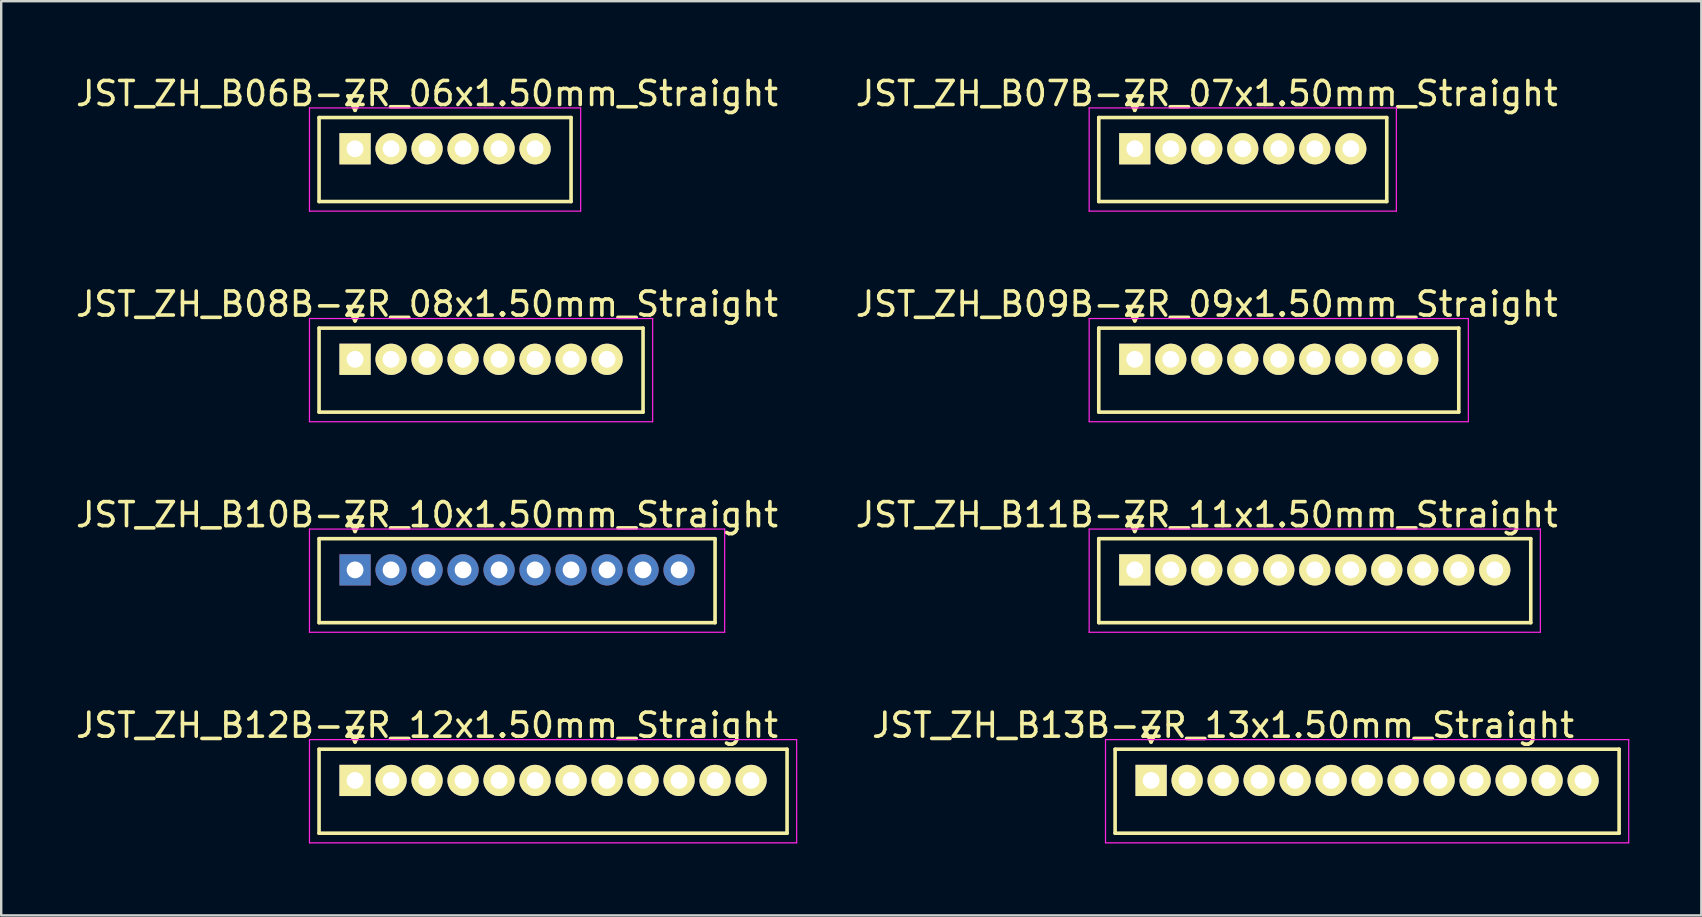
<source format=kicad_pcb>
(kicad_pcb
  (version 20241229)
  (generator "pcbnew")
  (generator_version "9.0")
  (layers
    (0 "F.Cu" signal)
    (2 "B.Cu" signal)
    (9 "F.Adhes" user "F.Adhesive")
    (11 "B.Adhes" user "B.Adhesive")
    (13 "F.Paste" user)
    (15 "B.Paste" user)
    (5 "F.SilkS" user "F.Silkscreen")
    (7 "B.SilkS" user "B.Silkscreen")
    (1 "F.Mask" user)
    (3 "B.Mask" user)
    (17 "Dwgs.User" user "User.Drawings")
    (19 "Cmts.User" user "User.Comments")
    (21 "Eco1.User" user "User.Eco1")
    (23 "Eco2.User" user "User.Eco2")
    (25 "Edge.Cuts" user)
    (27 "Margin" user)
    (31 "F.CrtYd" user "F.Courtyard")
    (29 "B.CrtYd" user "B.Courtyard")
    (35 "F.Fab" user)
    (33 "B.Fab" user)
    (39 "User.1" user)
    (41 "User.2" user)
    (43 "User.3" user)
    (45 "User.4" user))
  (footprint "JST_ZH_B08B-ZR_08x1.50mm_Straight"
    (layer "F.Cu")
    (at 11.744 11.921)
    (property "Reference" "JST_ZH_B08B-ZR_08x1.50mm_Straight" (at 3 -2.3 0) (layer "F.SilkS") (effects (font (size 1 1) (thickness 0.15))))
    (attr through_hole)
    (fp_line (start -1.5 -1.3) (end -1.5 2.2) (stroke (width 0.15) (type solid)) (layer "F.SilkS"))
    (fp_line (start -1.5 2.2) (end 12 2.2) (stroke (width 0.15) (type solid)) (layer "F.SilkS"))
    (fp_line (start -0.3 -2.2) (end 0 -1.6) (stroke (width 0.15) (type solid)) (layer "F.SilkS"))
    (fp_line (start 0 -1.6) (end 0.3 -2.2) (stroke (width 0.15) (type solid)) (layer "F.SilkS"))
    (fp_line (start 0.3 -2.2) (end -0.3 -2.2) (stroke (width 0.15) (type solid)) (layer "F.SilkS"))
    (fp_line (start 12 -1.3) (end -1.5 -1.3) (stroke (width 0.15) (type solid)) (layer "F.SilkS"))
    (fp_line (start 12 -1.3) (end 12 2.2) (stroke (width 0.15) (type solid)) (layer "F.SilkS"))
    (fp_line (start -1.9 -1.7) (end -1.9 2.6) (stroke (width 0.05) (type solid)) (layer "F.CrtYd"))
    (fp_line (start -1.9 2.6) (end 12.4 2.6) (stroke (width 0.05) (type solid)) (layer "F.CrtYd"))
    (fp_line (start 12.4 -1.7) (end -1.9 -1.7) (stroke (width 0.05) (type solid)) (layer "F.CrtYd"))
    (fp_line (start 12.4 2.6) (end 12.4 -1.7) (stroke (width 0.05) (type solid)) (layer "F.CrtYd"))
    (pad "1" thru_hole rect (at 0 0) (size 1.3 1.3) (drill 0.7) (layers "*.Cu" "*.Mask" "F.SilkS"))
    (pad "2" thru_hole circle (at 1.5 0) (size 1.3 1.3) (drill 0.7) (layers "*.Cu" "*.Mask" "F.SilkS"))
    (pad "3" thru_hole circle (at 3 0) (size 1.3 1.3) (drill 0.7) (layers "*.Cu" "*.Mask" "F.SilkS"))
    (pad "4" thru_hole circle (at 4.5 0) (size 1.3 1.3) (drill 0.7) (layers "*.Cu" "*.Mask" "F.SilkS"))
    (pad "5" thru_hole circle (at 6 0) (size 1.3 1.3) (drill 0.7) (layers "*.Cu" "*.Mask" "F.SilkS"))
    (pad "6" thru_hole circle (at 7.5 0) (size 1.3 1.3) (drill 0.7) (layers "*.Cu" "*.Mask" "F.SilkS"))
    (pad "7" thru_hole circle (at 9 0) (size 1.3 1.3) (drill 0.7) (layers "*.Cu" "*.Mask" "F.SilkS"))
    (pad "8" thru_hole circle (at 10.5 0) (size 1.3 1.3) (drill 0.7) (layers "*.Cu" "*.Mask" "F.SilkS")))
  (footprint "JST_ZH_B11B-ZR_11x1.50mm_Straight"
    (layer "F.Cu")
    (at 44.232 20.695)
    (property "Reference" "JST_ZH_B11B-ZR_11x1.50mm_Straight" (at 3 -2.3 0) (layer "F.SilkS") (effects (font (size 1 1) (thickness 0.15))))
    (attr through_hole)
    (fp_line (start -1.5 -1.3) (end -1.5 2.2) (stroke (width 0.15) (type solid)) (layer "F.SilkS"))
    (fp_line (start -1.5 2.2) (end 16.5 2.2) (stroke (width 0.15) (type solid)) (layer "F.SilkS"))
    (fp_line (start -0.3 -2.2) (end 0 -1.6) (stroke (width 0.15) (type solid)) (layer "F.SilkS"))
    (fp_line (start 0 -1.6) (end 0.3 -2.2) (stroke (width 0.15) (type solid)) (layer "F.SilkS"))
    (fp_line (start 0.3 -2.2) (end -0.3 -2.2) (stroke (width 0.15) (type solid)) (layer "F.SilkS"))
    (fp_line (start 16.5 -1.3) (end -1.5 -1.3) (stroke (width 0.15) (type solid)) (layer "F.SilkS"))
    (fp_line (start 16.5 -1.3) (end 16.5 2.2) (stroke (width 0.15) (type solid)) (layer "F.SilkS"))
    (fp_line (start -1.9 -1.7) (end -1.9 2.6) (stroke (width 0.05) (type solid)) (layer "F.CrtYd"))
    (fp_line (start -1.9 2.6) (end 16.9 2.6) (stroke (width 0.05) (type solid)) (layer "F.CrtYd"))
    (fp_line (start 16.9 -1.7) (end -1.9 -1.7) (stroke (width 0.05) (type solid)) (layer "F.CrtYd"))
    (fp_line (start 16.9 2.6) (end 16.9 -1.7) (stroke (width 0.05) (type solid)) (layer "F.CrtYd"))
    (pad "1" thru_hole rect (at 0 0) (size 1.3 1.3) (drill 0.7) (layers "*.Cu" "*.Mask" "F.SilkS"))
    (pad "2" thru_hole circle (at 1.5 0) (size 1.3 1.3) (drill 0.7) (layers "*.Cu" "*.Mask" "F.SilkS"))
    (pad "3" thru_hole circle (at 3 0) (size 1.3 1.3) (drill 0.7) (layers "*.Cu" "*.Mask" "F.SilkS"))
    (pad "4" thru_hole circle (at 4.5 0) (size 1.3 1.3) (drill 0.7) (layers "*.Cu" "*.Mask" "F.SilkS"))
    (pad "5" thru_hole circle (at 6 0) (size 1.3 1.3) (drill 0.7) (layers "*.Cu" "*.Mask" "F.SilkS"))
    (pad "6" thru_hole circle (at 7.5 0) (size 1.3 1.3) (drill 0.7) (layers "*.Cu" "*.Mask" "F.SilkS"))
    (pad "7" thru_hole circle (at 9 0) (size 1.3 1.3) (drill 0.7) (layers "*.Cu" "*.Mask" "F.SilkS"))
    (pad "8" thru_hole circle (at 10.5 0) (size 1.3 1.3) (drill 0.7) (layers "*.Cu" "*.Mask" "F.SilkS"))
    (pad "9" thru_hole circle (at 12 0) (size 1.3 1.3) (drill 0.7) (layers "*.Cu" "*.Mask" "F.SilkS"))
    (pad "10" thru_hole circle (at 13.5 0) (size 1.3 1.3) (drill 0.7) (layers "*.Cu" "*.Mask" "F.SilkS"))
    (pad "11" thru_hole circle (at 15 0) (size 1.3 1.3) (drill 0.7) (layers "*.Cu" "*.Mask" "F.SilkS")))
  (footprint "JST_ZH_B10B-ZR_10x1.50mm_Straight"
    (layer "F.Cu")
    (at 11.744 20.695)
    (property "Reference" "JST_ZH_B10B-ZR_10x1.50mm_Straight" (at 3 -2.3 0) (layer "F.SilkS") (effects (font (size 1 1) (thickness 0.15))))
    (attr through_hole)
    (fp_line (start -1.5 -1.3) (end -1.5 2.2) (stroke (width 0.15) (type solid)) (layer "F.SilkS"))
    (fp_line (start -1.5 2.2) (end 15 2.2) (stroke (width 0.15) (type solid)) (layer "F.SilkS"))
    (fp_line (start -0.3 -2.2) (end 0 -1.6) (stroke (width 0.15) (type solid)) (layer "F.SilkS"))
    (fp_line (start 0 -1.6) (end 0.3 -2.2) (stroke (width 0.15) (type solid)) (layer "F.SilkS"))
    (fp_line (start 0.3 -2.2) (end -0.3 -2.2) (stroke (width 0.15) (type solid)) (layer "F.SilkS"))
    (fp_line (start 15 -1.3) (end -1.5 -1.3) (stroke (width 0.15) (type solid)) (layer "F.SilkS"))
    (fp_line (start 15 -1.3) (end 15 2.2) (stroke (width 0.15) (type solid)) (layer "F.SilkS"))
    (fp_line (start -1.9 -1.7) (end -1.9 2.6) (stroke (width 0.05) (type solid)) (layer "F.CrtYd"))
    (fp_line (start -1.9 2.6) (end 15.4 2.6) (stroke (width 0.05) (type solid)) (layer "F.CrtYd"))
    (fp_line (start 15.4 -1.7) (end -1.9 -1.7) (stroke (width 0.05) (type solid)) (layer "F.CrtYd"))
    (fp_line (start 15.4 2.6) (end 15.4 -1.7) (stroke (width 0.05) (type solid)) (layer "F.CrtYd"))
    (pad "1" thru_hole rect (at 0 0) (size 1.3 1.3) (drill 0.7) (layers "*.Cu" "*.Mask"))
    (pad "2" thru_hole circle (at 1.5 0) (size 1.3 1.3) (drill 0.7) (layers "*.Cu" "*.Mask"))
    (pad "3" thru_hole circle (at 3 0) (size 1.3 1.3) (drill 0.7) (layers "*.Cu" "*.Mask"))
    (pad "4" thru_hole circle (at 4.5 0) (size 1.3 1.3) (drill 0.7) (layers "*.Cu" "*.Mask"))
    (pad "5" thru_hole circle (at 6 0) (size 1.3 1.3) (drill 0.7) (layers "*.Cu" "*.Mask"))
    (pad "6" thru_hole circle (at 7.5 0) (size 1.3 1.3) (drill 0.7) (layers "*.Cu" "*.Mask"))
    (pad "7" thru_hole circle (at 9 0) (size 1.3 1.3) (drill 0.7) (layers "*.Cu" "*.Mask"))
    (pad "8" thru_hole circle (at 10.5 0) (size 1.3 1.3) (drill 0.7) (layers "*.Cu" "*.Mask"))
    (pad "9" thru_hole circle (at 12 0) (size 1.3 1.3) (drill 0.7) (layers "*.Cu" "*.Mask"))
    (pad "10" thru_hole circle (at 13.5 0) (size 1.3 1.3) (drill 0.7) (layers "*.Cu" "*.Mask")))
  (footprint "JST_ZH_B07B-ZR_07x1.50mm_Straight"
    (layer "F.Cu")
    (at 44.232 3.148)
    (property "Reference" "JST_ZH_B07B-ZR_07x1.50mm_Straight" (at 3 -2.3 0) (layer "F.SilkS") (effects (font (size 1 1) (thickness 0.15))))
    (attr through_hole)
    (fp_line (start -1.5 -1.3) (end -1.5 2.2) (stroke (width 0.15) (type solid)) (layer "F.SilkS"))
    (fp_line (start -1.5 2.2) (end 10.5 2.2) (stroke (width 0.15) (type solid)) (layer "F.SilkS"))
    (fp_line (start -0.3 -2.2) (end 0 -1.6) (stroke (width 0.15) (type solid)) (layer "F.SilkS"))
    (fp_line (start 0 -1.6) (end 0.3 -2.2) (stroke (width 0.15) (type solid)) (layer "F.SilkS"))
    (fp_line (start 0.3 -2.2) (end -0.3 -2.2) (stroke (width 0.15) (type solid)) (layer "F.SilkS"))
    (fp_line (start 10.5 -1.3) (end -1.5 -1.3) (stroke (width 0.15) (type solid)) (layer "F.SilkS"))
    (fp_line (start 10.5 -1.3) (end 10.5 2.2) (stroke (width 0.15) (type solid)) (layer "F.SilkS"))
    (fp_line (start -1.9 -1.7) (end -1.9 2.6) (stroke (width 0.05) (type solid)) (layer "F.CrtYd"))
    (fp_line (start -1.9 2.6) (end 10.9 2.6) (stroke (width 0.05) (type solid)) (layer "F.CrtYd"))
    (fp_line (start 10.9 -1.7) (end -1.9 -1.7) (stroke (width 0.05) (type solid)) (layer "F.CrtYd"))
    (fp_line (start 10.9 2.6) (end 10.9 -1.7) (stroke (width 0.05) (type solid)) (layer "F.CrtYd"))
    (pad "1" thru_hole rect (at 0 0) (size 1.3 1.3) (drill 0.7) (layers "*.Cu" "*.Mask" "F.SilkS"))
    (pad "2" thru_hole circle (at 1.5 0) (size 1.3 1.3) (drill 0.7) (layers "*.Cu" "*.Mask" "F.SilkS"))
    (pad "3" thru_hole circle (at 3 0) (size 1.3 1.3) (drill 0.7) (layers "*.Cu" "*.Mask" "F.SilkS"))
    (pad "4" thru_hole circle (at 4.5 0) (size 1.3 1.3) (drill 0.7) (layers "*.Cu" "*.Mask" "F.SilkS"))
    (pad "5" thru_hole circle (at 6 0) (size 1.3 1.3) (drill 0.7) (layers "*.Cu" "*.Mask" "F.SilkS"))
    (pad "6" thru_hole circle (at 7.5 0) (size 1.3 1.3) (drill 0.7) (layers "*.Cu" "*.Mask" "F.SilkS"))
    (pad "7" thru_hole circle (at 9 0) (size 1.3 1.3) (drill 0.7) (layers "*.Cu" "*.Mask" "F.SilkS")))
  (footprint "JST_ZH_B09B-ZR_09x1.50mm_Straight"
    (layer "F.Cu")
    (at 44.232 11.921)
    (property "Reference" "JST_ZH_B09B-ZR_09x1.50mm_Straight" (at 3 -2.3 0) (layer "F.SilkS") (effects (font (size 1 1) (thickness 0.15))))
    (attr through_hole)
    (fp_line (start -1.5 -1.3) (end -1.5 2.2) (stroke (width 0.15) (type solid)) (layer "F.SilkS"))
    (fp_line (start -1.5 2.2) (end 13.5 2.2) (stroke (width 0.15) (type solid)) (layer "F.SilkS"))
    (fp_line (start -0.3 -2.2) (end 0 -1.6) (stroke (width 0.15) (type solid)) (layer "F.SilkS"))
    (fp_line (start 0 -1.6) (end 0.3 -2.2) (stroke (width 0.15) (type solid)) (layer "F.SilkS"))
    (fp_line (start 0.3 -2.2) (end -0.3 -2.2) (stroke (width 0.15) (type solid)) (layer "F.SilkS"))
    (fp_line (start 13.5 -1.3) (end -1.5 -1.3) (stroke (width 0.15) (type solid)) (layer "F.SilkS"))
    (fp_line (start 13.5 -1.3) (end 13.5 2.2) (stroke (width 0.15) (type solid)) (layer "F.SilkS"))
    (fp_line (start -1.9 -1.7) (end -1.9 2.6) (stroke (width 0.05) (type solid)) (layer "F.CrtYd"))
    (fp_line (start -1.9 2.6) (end 13.9 2.6) (stroke (width 0.05) (type solid)) (layer "F.CrtYd"))
    (fp_line (start 13.9 -1.7) (end -1.9 -1.7) (stroke (width 0.05) (type solid)) (layer "F.CrtYd"))
    (fp_line (start 13.9 2.6) (end 13.9 -1.7) (stroke (width 0.05) (type solid)) (layer "F.CrtYd"))
    (pad "1" thru_hole rect (at 0 0) (size 1.3 1.3) (drill 0.7) (layers "*.Cu" "*.Mask" "F.SilkS"))
    (pad "2" thru_hole circle (at 1.5 0) (size 1.3 1.3) (drill 0.7) (layers "*.Cu" "*.Mask" "F.SilkS"))
    (pad "3" thru_hole circle (at 3 0) (size 1.3 1.3) (drill 0.7) (layers "*.Cu" "*.Mask" "F.SilkS"))
    (pad "4" thru_hole circle (at 4.5 0) (size 1.3 1.3) (drill 0.7) (layers "*.Cu" "*.Mask" "F.SilkS"))
    (pad "5" thru_hole circle (at 6 0) (size 1.3 1.3) (drill 0.7) (layers "*.Cu" "*.Mask" "F.SilkS"))
    (pad "6" thru_hole circle (at 7.5 0) (size 1.3 1.3) (drill 0.7) (layers "*.Cu" "*.Mask" "F.SilkS"))
    (pad "7" thru_hole circle (at 9 0) (size 1.3 1.3) (drill 0.7) (layers "*.Cu" "*.Mask" "F.SilkS"))
    (pad "8" thru_hole circle (at 10.5 0) (size 1.3 1.3) (drill 0.7) (layers "*.Cu" "*.Mask" "F.SilkS"))
    (pad "9" thru_hole circle (at 12 0) (size 1.3 1.3) (drill 0.7) (layers "*.Cu" "*.Mask" "F.SilkS")))
  (footprint "JST_ZH_B06B-ZR_06x1.50mm_Straight"
    (layer "F.Cu")
    (at 11.744 3.148)
    (property "Reference" "JST_ZH_B06B-ZR_06x1.50mm_Straight" (at 3 -2.3 0) (layer "F.SilkS") (effects (font (size 1 1) (thickness 0.15))))
    (attr through_hole)
    (fp_line (start -1.5 -1.3) (end -1.5 2.2) (stroke (width 0.15) (type solid)) (layer "F.SilkS"))
    (fp_line (start -1.5 2.2) (end 9 2.2) (stroke (width 0.15) (type solid)) (layer "F.SilkS"))
    (fp_line (start -0.3 -2.2) (end 0 -1.6) (stroke (width 0.15) (type solid)) (layer "F.SilkS"))
    (fp_line (start 0 -1.6) (end 0.3 -2.2) (stroke (width 0.15) (type solid)) (layer "F.SilkS"))
    (fp_line (start 0.3 -2.2) (end -0.3 -2.2) (stroke (width 0.15) (type solid)) (layer "F.SilkS"))
    (fp_line (start 9 -1.3) (end -1.5 -1.3) (stroke (width 0.15) (type solid)) (layer "F.SilkS"))
    (fp_line (start 9 -1.3) (end 9 2.2) (stroke (width 0.15) (type solid)) (layer "F.SilkS"))
    (fp_line (start -1.9 -1.7) (end -1.9 2.6) (stroke (width 0.05) (type solid)) (layer "F.CrtYd"))
    (fp_line (start -1.9 2.6) (end 9.4 2.6) (stroke (width 0.05) (type solid)) (layer "F.CrtYd"))
    (fp_line (start 9.4 -1.7) (end -1.9 -1.7) (stroke (width 0.05) (type solid)) (layer "F.CrtYd"))
    (fp_line (start 9.4 2.6) (end 9.4 -1.7) (stroke (width 0.05) (type solid)) (layer "F.CrtYd"))
    (pad "1" thru_hole rect (at 0 0) (size 1.3 1.3) (drill 0.7) (layers "*.Cu" "*.Mask" "F.SilkS"))
    (pad "2" thru_hole circle (at 1.5 0) (size 1.3 1.3) (drill 0.7) (layers "*.Cu" "*.Mask" "F.SilkS"))
    (pad "3" thru_hole circle (at 3 0) (size 1.3 1.3) (drill 0.7) (layers "*.Cu" "*.Mask" "F.SilkS"))
    (pad "4" thru_hole circle (at 4.5 0) (size 1.3 1.3) (drill 0.7) (layers "*.Cu" "*.Mask" "F.SilkS"))
    (pad "5" thru_hole circle (at 6 0) (size 1.3 1.3) (drill 0.7) (layers "*.Cu" "*.Mask" "F.SilkS"))
    (pad "6" thru_hole circle (at 7.5 0) (size 1.3 1.3) (drill 0.7) (layers "*.Cu" "*.Mask" "F.SilkS")))
  (footprint "JST_ZH_B12B-ZR_12x1.50mm_Straight"
    (layer "F.Cu")
    (at 11.744 29.468)
    (property "Reference" "JST_ZH_B12B-ZR_12x1.50mm_Straight" (at 3 -2.3 0) (layer "F.SilkS") (effects (font (size 1 1) (thickness 0.15))))
    (attr through_hole)
    (fp_line (start -1.5 -1.3) (end -1.5 2.2) (stroke (width 0.15) (type solid)) (layer "F.SilkS"))
    (fp_line (start -1.5 2.2) (end 18 2.2) (stroke (width 0.15) (type solid)) (layer "F.SilkS"))
    (fp_line (start -0.3 -2.2) (end 0 -1.6) (stroke (width 0.15) (type solid)) (layer "F.SilkS"))
    (fp_line (start 0 -1.6) (end 0.3 -2.2) (stroke (width 0.15) (type solid)) (layer "F.SilkS"))
    (fp_line (start 0.3 -2.2) (end -0.3 -2.2) (stroke (width 0.15) (type solid)) (layer "F.SilkS"))
    (fp_line (start 18 -1.3) (end -1.5 -1.3) (stroke (width 0.15) (type solid)) (layer "F.SilkS"))
    (fp_line (start 18 -1.3) (end 18 2.2) (stroke (width 0.15) (type solid)) (layer "F.SilkS"))
    (fp_line (start -1.9 -1.7) (end -1.9 2.6) (stroke (width 0.05) (type solid)) (layer "F.CrtYd"))
    (fp_line (start -1.9 2.6) (end 18.4 2.6) (stroke (width 0.05) (type solid)) (layer "F.CrtYd"))
    (fp_line (start 18.4 -1.7) (end -1.9 -1.7) (stroke (width 0.05) (type solid)) (layer "F.CrtYd"))
    (fp_line (start 18.4 2.6) (end 18.4 -1.7) (stroke (width 0.05) (type solid)) (layer "F.CrtYd"))
    (pad "1" thru_hole rect (at 0 0) (size 1.3 1.3) (drill 0.7) (layers "*.Cu" "*.Mask" "F.SilkS"))
    (pad "2" thru_hole circle (at 1.5 0) (size 1.3 1.3) (drill 0.7) (layers "*.Cu" "*.Mask" "F.SilkS"))
    (pad "3" thru_hole circle (at 3 0) (size 1.3 1.3) (drill 0.7) (layers "*.Cu" "*.Mask" "F.SilkS"))
    (pad "4" thru_hole circle (at 4.5 0) (size 1.3 1.3) (drill 0.7) (layers "*.Cu" "*.Mask" "F.SilkS"))
    (pad "5" thru_hole circle (at 6 0) (size 1.3 1.3) (drill 0.7) (layers "*.Cu" "*.Mask" "F.SilkS"))
    (pad "6" thru_hole circle (at 7.5 0) (size 1.3 1.3) (drill 0.7) (layers "*.Cu" "*.Mask" "F.SilkS"))
    (pad "7" thru_hole circle (at 9 0) (size 1.3 1.3) (drill 0.7) (layers "*.Cu" "*.Mask" "F.SilkS"))
    (pad "8" thru_hole circle (at 10.5 0) (size 1.3 1.3) (drill 0.7) (layers "*.Cu" "*.Mask" "F.SilkS"))
    (pad "9" thru_hole circle (at 12 0) (size 1.3 1.3) (drill 0.7) (layers "*.Cu" "*.Mask" "F.SilkS"))
    (pad "10" thru_hole circle (at 13.5 0) (size 1.3 1.3) (drill 0.7) (layers "*.Cu" "*.Mask" "F.SilkS"))
    (pad "11" thru_hole circle (at 15 0) (size 1.3 1.3) (drill 0.7) (layers "*.Cu" "*.Mask" "F.SilkS"))
    (pad "12" thru_hole circle (at 16.5 0) (size 1.3 1.3) (drill 0.7) (layers "*.Cu" "*.Mask" "F.SilkS")))
  (footprint "JST_ZH_B13B-ZR_13x1.50mm_Straight"
    (layer "F.Cu")
    (at 44.913 29.468)
    (property "Reference" "JST_ZH_B13B-ZR_13x1.50mm_Straight" (at 3 -2.3 0) (layer "F.SilkS") (effects (font (size 1 1) (thickness 0.15))))
    (attr through_hole)
    (fp_line (start -1.5 -1.3) (end -1.5 2.2) (stroke (width 0.15) (type solid)) (layer "F.SilkS"))
    (fp_line (start -1.5 2.2) (end 19.5 2.2) (stroke (width 0.15) (type solid)) (layer "F.SilkS"))
    (fp_line (start -0.3 -2.2) (end 0 -1.6) (stroke (width 0.15) (type solid)) (layer "F.SilkS"))
    (fp_line (start 0 -1.6) (end 0.3 -2.2) (stroke (width 0.15) (type solid)) (layer "F.SilkS"))
    (fp_line (start 0.3 -2.2) (end -0.3 -2.2) (stroke (width 0.15) (type solid)) (layer "F.SilkS"))
    (fp_line (start 19.5 -1.3) (end -1.5 -1.3) (stroke (width 0.15) (type solid)) (layer "F.SilkS"))
    (fp_line (start 19.5 -1.3) (end 19.5 2.2) (stroke (width 0.15) (type solid)) (layer "F.SilkS"))
    (fp_line (start -1.9 -1.7) (end -1.9 2.6) (stroke (width 0.05) (type solid)) (layer "F.CrtYd"))
    (fp_line (start -1.9 2.6) (end 19.9 2.6) (stroke (width 0.05) (type solid)) (layer "F.CrtYd"))
    (fp_line (start 19.9 -1.7) (end -1.9 -1.7) (stroke (width 0.05) (type solid)) (layer "F.CrtYd"))
    (fp_line (start 19.9 2.6) (end 19.9 -1.7) (stroke (width 0.05) (type solid)) (layer "F.CrtYd"))
    (pad "1" thru_hole rect (at 0 0) (size 1.3 1.3) (drill 0.7) (layers "*.Cu" "*.Mask" "F.SilkS"))
    (pad "2" thru_hole circle (at 1.5 0) (size 1.3 1.3) (drill 0.7) (layers "*.Cu" "*.Mask" "F.SilkS"))
    (pad "3" thru_hole circle (at 3 0) (size 1.3 1.3) (drill 0.7) (layers "*.Cu" "*.Mask" "F.SilkS"))
    (pad "4" thru_hole circle (at 4.5 0) (size 1.3 1.3) (drill 0.7) (layers "*.Cu" "*.Mask" "F.SilkS"))
    (pad "5" thru_hole circle (at 6 0) (size 1.3 1.3) (drill 0.7) (layers "*.Cu" "*.Mask" "F.SilkS"))
    (pad "6" thru_hole circle (at 7.5 0) (size 1.3 1.3) (drill 0.7) (layers "*.Cu" "*.Mask" "F.SilkS"))
    (pad "7" thru_hole circle (at 9 0) (size 1.3 1.3) (drill 0.7) (layers "*.Cu" "*.Mask" "F.SilkS"))
    (pad "8" thru_hole circle (at 10.5 0) (size 1.3 1.3) (drill 0.7) (layers "*.Cu" "*.Mask" "F.SilkS"))
    (pad "9" thru_hole circle (at 12 0) (size 1.3 1.3) (drill 0.7) (layers "*.Cu" "*.Mask" "F.SilkS"))
    (pad "10" thru_hole circle (at 13.5 0) (size 1.3 1.3) (drill 0.7) (layers "*.Cu" "*.Mask" "F.SilkS"))
    (pad "11" thru_hole circle (at 15 0) (size 1.3 1.3) (drill 0.7) (layers "*.Cu" "*.Mask" "F.SilkS"))
    (pad "12" thru_hole circle (at 16.5 0) (size 1.3 1.3) (drill 0.7) (layers "*.Cu" "*.Mask" "F.SilkS"))
    (pad "13" thru_hole circle (at 18 0) (size 1.3 1.3) (drill 0.7) (layers "*.Cu" "*.Mask" "F.SilkS")))
  (gr_rect
    (start -3 -3)
    (end 67.838 35.093)
    (stroke (width 0.1) (type default))
    (fill no)
    (layer "Edge.Cuts")))
</source>
